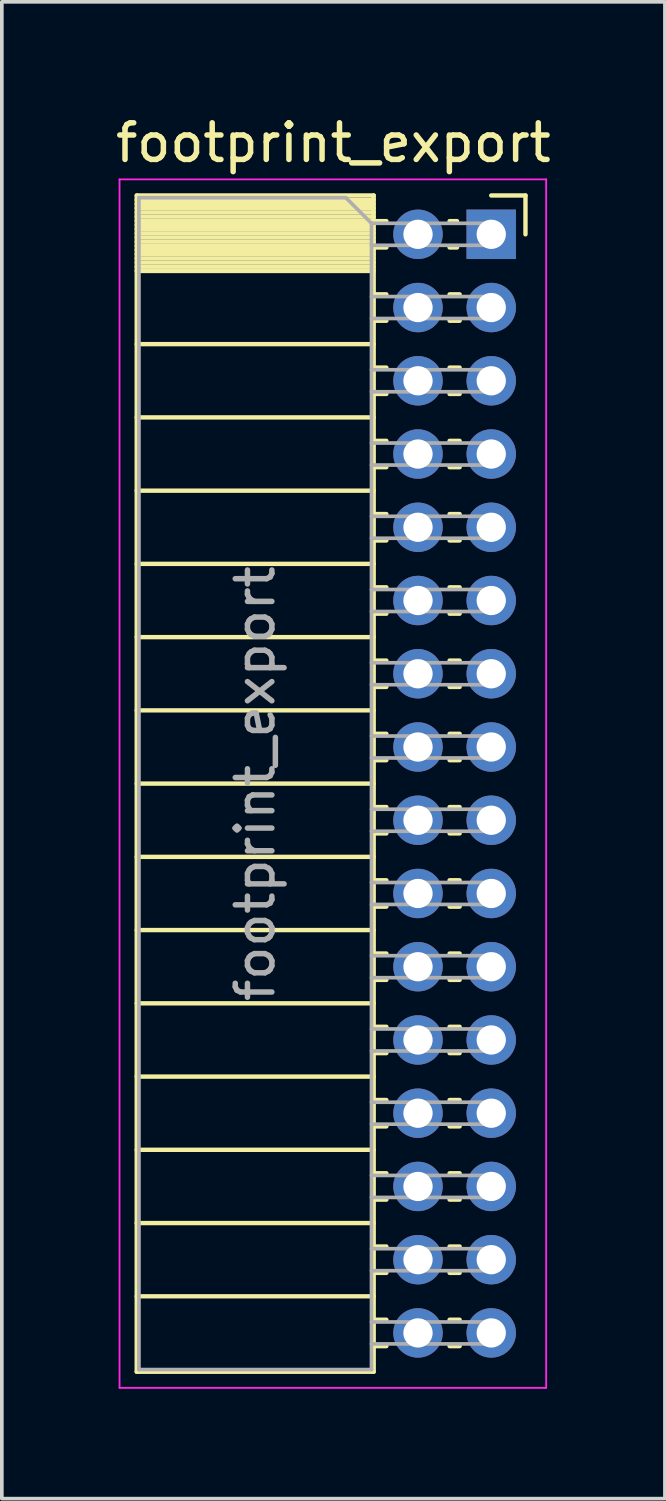
<source format=kicad_pcb>
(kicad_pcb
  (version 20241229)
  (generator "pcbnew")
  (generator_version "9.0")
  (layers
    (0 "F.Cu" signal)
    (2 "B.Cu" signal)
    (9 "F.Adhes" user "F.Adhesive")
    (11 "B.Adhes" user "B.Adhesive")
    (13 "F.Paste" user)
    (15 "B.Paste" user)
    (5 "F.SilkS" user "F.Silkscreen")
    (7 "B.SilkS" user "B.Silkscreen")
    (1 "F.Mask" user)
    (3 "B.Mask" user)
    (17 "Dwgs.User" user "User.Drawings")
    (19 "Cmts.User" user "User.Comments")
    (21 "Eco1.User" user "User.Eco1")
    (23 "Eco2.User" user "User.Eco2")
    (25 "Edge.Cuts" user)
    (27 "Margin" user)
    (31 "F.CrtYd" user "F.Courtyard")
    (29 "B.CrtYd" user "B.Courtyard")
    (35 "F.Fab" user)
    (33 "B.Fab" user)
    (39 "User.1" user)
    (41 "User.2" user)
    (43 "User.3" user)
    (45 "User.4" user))
  (footprint "footprint_export"
    (layer "F.Cu")
    (at 10.364 3.348)
    (property "Reference" "footprint_export" (at -4.31 -2.5 0) (layer "F.SilkS") (effects (font (size 1 1) (thickness 0.15))))
    (attr through_hole)
    (fp_line (start -9.68 -1.06) (end -9.68 31.06) (stroke (width 0.12) (type solid)) (layer "F.SilkS"))
    (fp_line (start -9.68 -1.06) (end -3.21 -1.06) (stroke (width 0.12) (type solid)) (layer "F.SilkS"))
    (fp_line (start -9.68 -0.94) (end -3.21 -0.94) (stroke (width 0.12) (type solid)) (layer "F.SilkS"))
    (fp_line (start -9.68 -0.826) (end -3.21 -0.826) (stroke (width 0.12) (type solid)) (layer "F.SilkS"))
    (fp_line (start -9.68 -0.712) (end -3.21 -0.712) (stroke (width 0.12) (type solid)) (layer "F.SilkS"))
    (fp_line (start -9.68 -0.598) (end -3.21 -0.598) (stroke (width 0.12) (type solid)) (layer "F.SilkS"))
    (fp_line (start -9.68 -0.484) (end -3.21 -0.484) (stroke (width 0.12) (type solid)) (layer "F.SilkS"))
    (fp_line (start -9.68 -0.369) (end -3.21 -0.369) (stroke (width 0.12) (type solid)) (layer "F.SilkS"))
    (fp_line (start -9.68 -0.255) (end -3.21 -0.255) (stroke (width 0.12) (type solid)) (layer "F.SilkS"))
    (fp_line (start -9.68 -0.141) (end -3.21 -0.141) (stroke (width 0.12) (type solid)) (layer "F.SilkS"))
    (fp_line (start -9.68 -0.027) (end -3.21 -0.027) (stroke (width 0.12) (type solid)) (layer "F.SilkS"))
    (fp_line (start -9.68 0.087) (end -3.21 0.087) (stroke (width 0.12) (type solid)) (layer "F.SilkS"))
    (fp_line (start -9.68 0.201) (end -3.21 0.201) (stroke (width 0.12) (type solid)) (layer "F.SilkS"))
    (fp_line (start -9.68 0.315) (end -3.21 0.315) (stroke (width 0.12) (type solid)) (layer "F.SilkS"))
    (fp_line (start -9.68 0.429) (end -3.21 0.429) (stroke (width 0.12) (type solid)) (layer "F.SilkS"))
    (fp_line (start -9.68 0.544) (end -3.21 0.544) (stroke (width 0.12) (type solid)) (layer "F.SilkS"))
    (fp_line (start -9.68 0.658) (end -3.21 0.658) (stroke (width 0.12) (type solid)) (layer "F.SilkS"))
    (fp_line (start -9.68 0.772) (end -3.21 0.772) (stroke (width 0.12) (type solid)) (layer "F.SilkS"))
    (fp_line (start -9.68 0.886) (end -3.21 0.886) (stroke (width 0.12) (type solid)) (layer "F.SilkS"))
    (fp_line (start -9.68 1) (end -3.21 1) (stroke (width 0.12) (type solid)) (layer "F.SilkS"))
    (fp_line (start -9.68 3) (end -3.21 3) (stroke (width 0.12) (type solid)) (layer "F.SilkS"))
    (fp_line (start -9.68 5) (end -3.21 5) (stroke (width 0.12) (type solid)) (layer "F.SilkS"))
    (fp_line (start -9.68 7) (end -3.21 7) (stroke (width 0.12) (type solid)) (layer "F.SilkS"))
    (fp_line (start -9.68 9) (end -3.21 9) (stroke (width 0.12) (type solid)) (layer "F.SilkS"))
    (fp_line (start -9.68 11) (end -3.21 11) (stroke (width 0.12) (type solid)) (layer "F.SilkS"))
    (fp_line (start -9.68 13) (end -3.21 13) (stroke (width 0.12) (type solid)) (layer "F.SilkS"))
    (fp_line (start -9.68 15) (end -3.21 15) (stroke (width 0.12) (type solid)) (layer "F.SilkS"))
    (fp_line (start -9.68 17) (end -3.21 17) (stroke (width 0.12) (type solid)) (layer "F.SilkS"))
    (fp_line (start -9.68 19) (end -3.21 19) (stroke (width 0.12) (type solid)) (layer "F.SilkS"))
    (fp_line (start -9.68 21) (end -3.21 21) (stroke (width 0.12) (type solid)) (layer "F.SilkS"))
    (fp_line (start -9.68 23) (end -3.21 23) (stroke (width 0.12) (type solid)) (layer "F.SilkS"))
    (fp_line (start -9.68 25) (end -3.21 25) (stroke (width 0.12) (type solid)) (layer "F.SilkS"))
    (fp_line (start -9.68 27) (end -3.21 27) (stroke (width 0.12) (type solid)) (layer "F.SilkS"))
    (fp_line (start -9.68 29) (end -3.21 29) (stroke (width 0.12) (type solid)) (layer "F.SilkS"))
    (fp_line (start -9.68 31.06) (end -3.21 31.06) (stroke (width 0.12) (type solid)) (layer "F.SilkS"))
    (fp_line (start -3.21 -1.06) (end -3.21 31.06) (stroke (width 0.12) (type solid)) (layer "F.SilkS"))
    (fp_line (start -3.21 -0.36) (end -2.863 -0.36) (stroke (width 0.12) (type solid)) (layer "F.SilkS"))
    (fp_line (start -3.21 0.36) (end -2.863 0.36) (stroke (width 0.12) (type solid)) (layer "F.SilkS"))
    (fp_line (start -3.21 1.64) (end -2.863 1.64) (stroke (width 0.12) (type solid)) (layer "F.SilkS"))
    (fp_line (start -3.21 2.36) (end -2.863 2.36) (stroke (width 0.12) (type solid)) (layer "F.SilkS"))
    (fp_line (start -3.21 3.64) (end -2.863 3.64) (stroke (width 0.12) (type solid)) (layer "F.SilkS"))
    (fp_line (start -3.21 4.36) (end -2.863 4.36) (stroke (width 0.12) (type solid)) (layer "F.SilkS"))
    (fp_line (start -3.21 5.64) (end -2.863 5.64) (stroke (width 0.12) (type solid)) (layer "F.SilkS"))
    (fp_line (start -3.21 6.36) (end -2.863 6.36) (stroke (width 0.12) (type solid)) (layer "F.SilkS"))
    (fp_line (start -3.21 7.64) (end -2.863 7.64) (stroke (width 0.12) (type solid)) (layer "F.SilkS"))
    (fp_line (start -3.21 8.36) (end -2.863 8.36) (stroke (width 0.12) (type solid)) (layer "F.SilkS"))
    (fp_line (start -3.21 9.64) (end -2.863 9.64) (stroke (width 0.12) (type solid)) (layer "F.SilkS"))
    (fp_line (start -3.21 10.36) (end -2.863 10.36) (stroke (width 0.12) (type solid)) (layer "F.SilkS"))
    (fp_line (start -3.21 11.64) (end -2.863 11.64) (stroke (width 0.12) (type solid)) (layer "F.SilkS"))
    (fp_line (start -3.21 12.36) (end -2.863 12.36) (stroke (width 0.12) (type solid)) (layer "F.SilkS"))
    (fp_line (start -3.21 13.64) (end -2.863 13.64) (stroke (width 0.12) (type solid)) (layer "F.SilkS"))
    (fp_line (start -3.21 14.36) (end -2.863 14.36) (stroke (width 0.12) (type solid)) (layer "F.SilkS"))
    (fp_line (start -3.21 15.64) (end -2.863 15.64) (stroke (width 0.12) (type solid)) (layer "F.SilkS"))
    (fp_line (start -3.21 16.36) (end -2.863 16.36) (stroke (width 0.12) (type solid)) (layer "F.SilkS"))
    (fp_line (start -3.21 17.64) (end -2.863 17.64) (stroke (width 0.12) (type solid)) (layer "F.SilkS"))
    (fp_line (start -3.21 18.36) (end -2.863 18.36) (stroke (width 0.12) (type solid)) (layer "F.SilkS"))
    (fp_line (start -3.21 19.64) (end -2.863 19.64) (stroke (width 0.12) (type solid)) (layer "F.SilkS"))
    (fp_line (start -3.21 20.36) (end -2.863 20.36) (stroke (width 0.12) (type solid)) (layer "F.SilkS"))
    (fp_line (start -3.21 21.64) (end -2.863 21.64) (stroke (width 0.12) (type solid)) (layer "F.SilkS"))
    (fp_line (start -3.21 22.36) (end -2.863 22.36) (stroke (width 0.12) (type solid)) (layer "F.SilkS"))
    (fp_line (start -3.21 23.64) (end -2.863 23.64) (stroke (width 0.12) (type solid)) (layer "F.SilkS"))
    (fp_line (start -3.21 24.36) (end -2.863 24.36) (stroke (width 0.12) (type solid)) (layer "F.SilkS"))
    (fp_line (start -3.21 25.64) (end -2.863 25.64) (stroke (width 0.12) (type solid)) (layer "F.SilkS"))
    (fp_line (start -3.21 26.36) (end -2.863 26.36) (stroke (width 0.12) (type solid)) (layer "F.SilkS"))
    (fp_line (start -3.21 27.64) (end -2.863 27.64) (stroke (width 0.12) (type solid)) (layer "F.SilkS"))
    (fp_line (start -3.21 28.36) (end -2.863 28.36) (stroke (width 0.12) (type solid)) (layer "F.SilkS"))
    (fp_line (start -3.21 29.64) (end -2.863 29.64) (stroke (width 0.12) (type solid)) (layer "F.SilkS"))
    (fp_line (start -3.21 30.36) (end -2.863 30.36) (stroke (width 0.12) (type solid)) (layer "F.SilkS"))
    (fp_line (start -1.137 -0.36) (end -0.935 -0.36) (stroke (width 0.12) (type solid)) (layer "F.SilkS"))
    (fp_line (start -1.137 0.36) (end -0.935 0.36) (stroke (width 0.12) (type solid)) (layer "F.SilkS"))
    (fp_line (start -1.137 1.64) (end -0.863 1.64) (stroke (width 0.12) (type solid)) (layer "F.SilkS"))
    (fp_line (start -1.137 2.36) (end -0.863 2.36) (stroke (width 0.12) (type solid)) (layer "F.SilkS"))
    (fp_line (start -1.137 3.64) (end -0.863 3.64) (stroke (width 0.12) (type solid)) (layer "F.SilkS"))
    (fp_line (start -1.137 4.36) (end -0.863 4.36) (stroke (width 0.12) (type solid)) (layer "F.SilkS"))
    (fp_line (start -1.137 5.64) (end -0.863 5.64) (stroke (width 0.12) (type solid)) (layer "F.SilkS"))
    (fp_line (start -1.137 6.36) (end -0.863 6.36) (stroke (width 0.12) (type solid)) (layer "F.SilkS"))
    (fp_line (start -1.137 7.64) (end -0.863 7.64) (stroke (width 0.12) (type solid)) (layer "F.SilkS"))
    (fp_line (start -1.137 8.36) (end -0.863 8.36) (stroke (width 0.12) (type solid)) (layer "F.SilkS"))
    (fp_line (start -1.137 9.64) (end -0.863 9.64) (stroke (width 0.12) (type solid)) (layer "F.SilkS"))
    (fp_line (start -1.137 10.36) (end -0.863 10.36) (stroke (width 0.12) (type solid)) (layer "F.SilkS"))
    (fp_line (start -1.137 11.64) (end -0.863 11.64) (stroke (width 0.12) (type solid)) (layer "F.SilkS"))
    (fp_line (start -1.137 12.36) (end -0.863 12.36) (stroke (width 0.12) (type solid)) (layer "F.SilkS"))
    (fp_line (start -1.137 13.64) (end -0.863 13.64) (stroke (width 0.12) (type solid)) (layer "F.SilkS"))
    (fp_line (start -1.137 14.36) (end -0.863 14.36) (stroke (width 0.12) (type solid)) (layer "F.SilkS"))
    (fp_line (start -1.137 15.64) (end -0.863 15.64) (stroke (width 0.12) (type solid)) (layer "F.SilkS"))
    (fp_line (start -1.137 16.36) (end -0.863 16.36) (stroke (width 0.12) (type solid)) (layer "F.SilkS"))
    (fp_line (start -1.137 17.64) (end -0.863 17.64) (stroke (width 0.12) (type solid)) (layer "F.SilkS"))
    (fp_line (start -1.137 18.36) (end -0.863 18.36) (stroke (width 0.12) (type solid)) (layer "F.SilkS"))
    (fp_line (start -1.137 19.64) (end -0.863 19.64) (stroke (width 0.12) (type solid)) (layer "F.SilkS"))
    (fp_line (start -1.137 20.36) (end -0.863 20.36) (stroke (width 0.12) (type solid)) (layer "F.SilkS"))
    (fp_line (start -1.137 21.64) (end -0.863 21.64) (stroke (width 0.12) (type solid)) (layer "F.SilkS"))
    (fp_line (start -1.137 22.36) (end -0.863 22.36) (stroke (width 0.12) (type solid)) (layer "F.SilkS"))
    (fp_line (start -1.137 23.64) (end -0.863 23.64) (stroke (width 0.12) (type solid)) (layer "F.SilkS"))
    (fp_line (start -1.137 24.36) (end -0.863 24.36) (stroke (width 0.12) (type solid)) (layer "F.SilkS"))
    (fp_line (start -1.137 25.64) (end -0.863 25.64) (stroke (width 0.12) (type solid)) (layer "F.SilkS"))
    (fp_line (start -1.137 26.36) (end -0.863 26.36) (stroke (width 0.12) (type solid)) (layer "F.SilkS"))
    (fp_line (start -1.137 27.64) (end -0.863 27.64) (stroke (width 0.12) (type solid)) (layer "F.SilkS"))
    (fp_line (start -1.137 28.36) (end -0.863 28.36) (stroke (width 0.12) (type solid)) (layer "F.SilkS"))
    (fp_line (start -1.137 29.64) (end -0.863 29.64) (stroke (width 0.12) (type solid)) (layer "F.SilkS"))
    (fp_line (start -1.137 30.36) (end -0.863 30.36) (stroke (width 0.12) (type solid)) (layer "F.SilkS"))
    (fp_line (start 0 -1.06) (end 0.935 -1.06) (stroke (width 0.12) (type solid)) (layer "F.SilkS"))
    (fp_line (start 0.935 -1.06) (end 0.935 0) (stroke (width 0.12) (type solid)) (layer "F.SilkS"))
    (fp_line (start -10.15 -1.5) (end -10.15 31.5) (stroke (width 0.05) (type solid)) (layer "F.CrtYd"))
    (fp_line (start -10.15 31.5) (end 1.5 31.5) (stroke (width 0.05) (type solid)) (layer "F.CrtYd"))
    (fp_line (start 1.5 -1.5) (end -10.15 -1.5) (stroke (width 0.05) (type solid)) (layer "F.CrtYd"))
    (fp_line (start 1.5 31.5) (end 1.5 -1.5) (stroke (width 0.05) (type solid)) (layer "F.CrtYd"))
    (fp_line (start -9.62 -1) (end -3.97 -1) (stroke (width 0.1) (type solid)) (layer "F.Fab"))
    (fp_line (start -9.62 31) (end -9.62 -1) (stroke (width 0.1) (type solid)) (layer "F.Fab"))
    (fp_line (start -3.97 -1) (end -3.27 -0.3) (stroke (width 0.1) (type solid)) (layer "F.Fab"))
    (fp_line (start -3.27 -0.3) (end -3.27 31) (stroke (width 0.1) (type solid)) (layer "F.Fab"))
    (fp_line (start -3.27 0.3) (end 0 0.3) (stroke (width 0.1) (type solid)) (layer "F.Fab"))
    (fp_line (start -3.27 2.3) (end 0 2.3) (stroke (width 0.1) (type solid)) (layer "F.Fab"))
    (fp_line (start -3.27 4.3) (end 0 4.3) (stroke (width 0.1) (type solid)) (layer "F.Fab"))
    (fp_line (start -3.27 6.3) (end 0 6.3) (stroke (width 0.1) (type solid)) (layer "F.Fab"))
    (fp_line (start -3.27 8.3) (end 0 8.3) (stroke (width 0.1) (type solid)) (layer "F.Fab"))
    (fp_line (start -3.27 10.3) (end 0 10.3) (stroke (width 0.1) (type solid)) (layer "F.Fab"))
    (fp_line (start -3.27 12.3) (end 0 12.3) (stroke (width 0.1) (type solid)) (layer "F.Fab"))
    (fp_line (start -3.27 14.3) (end 0 14.3) (stroke (width 0.1) (type solid)) (layer "F.Fab"))
    (fp_line (start -3.27 16.3) (end 0 16.3) (stroke (width 0.1) (type solid)) (layer "F.Fab"))
    (fp_line (start -3.27 18.3) (end 0 18.3) (stroke (width 0.1) (type solid)) (layer "F.Fab"))
    (fp_line (start -3.27 20.3) (end 0 20.3) (stroke (width 0.1) (type solid)) (layer "F.Fab"))
    (fp_line (start -3.27 22.3) (end 0 22.3) (stroke (width 0.1) (type solid)) (layer "F.Fab"))
    (fp_line (start -3.27 24.3) (end 0 24.3) (stroke (width 0.1) (type solid)) (layer "F.Fab"))
    (fp_line (start -3.27 26.3) (end 0 26.3) (stroke (width 0.1) (type solid)) (layer "F.Fab"))
    (fp_line (start -3.27 28.3) (end 0 28.3) (stroke (width 0.1) (type solid)) (layer "F.Fab"))
    (fp_line (start -3.27 30.3) (end 0 30.3) (stroke (width 0.1) (type solid)) (layer "F.Fab"))
    (fp_line (start -3.27 31) (end -9.62 31) (stroke (width 0.1) (type solid)) (layer "F.Fab"))
    (fp_line (start 0 -0.3) (end -3.27 -0.3) (stroke (width 0.1) (type solid)) (layer "F.Fab"))
    (fp_line (start 0 0.3) (end 0 -0.3) (stroke (width 0.1) (type solid)) (layer "F.Fab"))
    (fp_line (start 0 1.7) (end -3.27 1.7) (stroke (width 0.1) (type solid)) (layer "F.Fab"))
    (fp_line (start 0 2.3) (end 0 1.7) (stroke (width 0.1) (type solid)) (layer "F.Fab"))
    (fp_line (start 0 3.7) (end -3.27 3.7) (stroke (width 0.1) (type solid)) (layer "F.Fab"))
    (fp_line (start 0 4.3) (end 0 3.7) (stroke (width 0.1) (type solid)) (layer "F.Fab"))
    (fp_line (start 0 5.7) (end -3.27 5.7) (stroke (width 0.1) (type solid)) (layer "F.Fab"))
    (fp_line (start 0 6.3) (end 0 5.7) (stroke (width 0.1) (type solid)) (layer "F.Fab"))
    (fp_line (start 0 7.7) (end -3.27 7.7) (stroke (width 0.1) (type solid)) (layer "F.Fab"))
    (fp_line (start 0 8.3) (end 0 7.7) (stroke (width 0.1) (type solid)) (layer "F.Fab"))
    (fp_line (start 0 9.7) (end -3.27 9.7) (stroke (width 0.1) (type solid)) (layer "F.Fab"))
    (fp_line (start 0 10.3) (end 0 9.7) (stroke (width 0.1) (type solid)) (layer "F.Fab"))
    (fp_line (start 0 11.7) (end -3.27 11.7) (stroke (width 0.1) (type solid)) (layer "F.Fab"))
    (fp_line (start 0 12.3) (end 0 11.7) (stroke (width 0.1) (type solid)) (layer "F.Fab"))
    (fp_line (start 0 13.7) (end -3.27 13.7) (stroke (width 0.1) (type solid)) (layer "F.Fab"))
    (fp_line (start 0 14.3) (end 0 13.7) (stroke (width 0.1) (type solid)) (layer "F.Fab"))
    (fp_line (start 0 15.7) (end -3.27 15.7) (stroke (width 0.1) (type solid)) (layer "F.Fab"))
    (fp_line (start 0 16.3) (end 0 15.7) (stroke (width 0.1) (type solid)) (layer "F.Fab"))
    (fp_line (start 0 17.7) (end -3.27 17.7) (stroke (width 0.1) (type solid)) (layer "F.Fab"))
    (fp_line (start 0 18.3) (end 0 17.7) (stroke (width 0.1) (type solid)) (layer "F.Fab"))
    (fp_line (start 0 19.7) (end -3.27 19.7) (stroke (width 0.1) (type solid)) (layer "F.Fab"))
    (fp_line (start 0 20.3) (end 0 19.7) (stroke (width 0.1) (type solid)) (layer "F.Fab"))
    (fp_line (start 0 21.7) (end -3.27 21.7) (stroke (width 0.1) (type solid)) (layer "F.Fab"))
    (fp_line (start 0 22.3) (end 0 21.7) (stroke (width 0.1) (type solid)) (layer "F.Fab"))
    (fp_line (start 0 23.7) (end -3.27 23.7) (stroke (width 0.1) (type solid)) (layer "F.Fab"))
    (fp_line (start 0 24.3) (end 0 23.7) (stroke (width 0.1) (type solid)) (layer "F.Fab"))
    (fp_line (start 0 25.7) (end -3.27 25.7) (stroke (width 0.1) (type solid)) (layer "F.Fab"))
    (fp_line (start 0 26.3) (end 0 25.7) (stroke (width 0.1) (type solid)) (layer "F.Fab"))
    (fp_line (start 0 27.7) (end -3.27 27.7) (stroke (width 0.1) (type solid)) (layer "F.Fab"))
    (fp_line (start 0 28.3) (end 0 27.7) (stroke (width 0.1) (type solid)) (layer "F.Fab"))
    (fp_line (start 0 29.7) (end -3.27 29.7) (stroke (width 0.1) (type solid)) (layer "F.Fab"))
    (fp_line (start 0 30.3) (end 0 29.7) (stroke (width 0.1) (type solid)) (layer "F.Fab"))
    (fp_text user "${REFERENCE}" (at -6.445 15 90) (layer "F.Fab") (effects (font (size 1 1) (thickness 0.15))))
    (pad "1" thru_hole rect (at 0 0) (size 1.35 1.35) (drill 0.8) (layers "*.Cu" "*.Mask"))
    (pad "2" thru_hole oval (at -2 0) (size 1.35 1.35) (drill 0.8) (layers "*.Cu" "*.Mask"))
    (pad "3" thru_hole oval (at 0 2) (size 1.35 1.35) (drill 0.8) (layers "*.Cu" "*.Mask"))
    (pad "4" thru_hole oval (at -2 2) (size 1.35 1.35) (drill 0.8) (layers "*.Cu" "*.Mask"))
    (pad "5" thru_hole oval (at 0 4) (size 1.35 1.35) (drill 0.8) (layers "*.Cu" "*.Mask"))
    (pad "6" thru_hole oval (at -2 4) (size 1.35 1.35) (drill 0.8) (layers "*.Cu" "*.Mask"))
    (pad "7" thru_hole oval (at 0 6) (size 1.35 1.35) (drill 0.8) (layers "*.Cu" "*.Mask"))
    (pad "8" thru_hole oval (at -2 6) (size 1.35 1.35) (drill 0.8) (layers "*.Cu" "*.Mask"))
    (pad "9" thru_hole oval (at 0 8) (size 1.35 1.35) (drill 0.8) (layers "*.Cu" "*.Mask"))
    (pad "10" thru_hole oval (at -2 8) (size 1.35 1.35) (drill 0.8) (layers "*.Cu" "*.Mask"))
    (pad "11" thru_hole oval (at 0 10) (size 1.35 1.35) (drill 0.8) (layers "*.Cu" "*.Mask"))
    (pad "12" thru_hole oval (at -2 10) (size 1.35 1.35) (drill 0.8) (layers "*.Cu" "*.Mask"))
    (pad "13" thru_hole oval (at 0 12) (size 1.35 1.35) (drill 0.8) (layers "*.Cu" "*.Mask"))
    (pad "14" thru_hole oval (at -2 12) (size 1.35 1.35) (drill 0.8) (layers "*.Cu" "*.Mask"))
    (pad "15" thru_hole oval (at 0 14) (size 1.35 1.35) (drill 0.8) (layers "*.Cu" "*.Mask"))
    (pad "16" thru_hole oval (at -2 14) (size 1.35 1.35) (drill 0.8) (layers "*.Cu" "*.Mask"))
    (pad "17" thru_hole oval (at 0 16) (size 1.35 1.35) (drill 0.8) (layers "*.Cu" "*.Mask"))
    (pad "18" thru_hole oval (at -2 16) (size 1.35 1.35) (drill 0.8) (layers "*.Cu" "*.Mask"))
    (pad "19" thru_hole oval (at 0 18) (size 1.35 1.35) (drill 0.8) (layers "*.Cu" "*.Mask"))
    (pad "20" thru_hole oval (at -2 18) (size 1.35 1.35) (drill 0.8) (layers "*.Cu" "*.Mask"))
    (pad "21" thru_hole oval (at 0 20) (size 1.35 1.35) (drill 0.8) (layers "*.Cu" "*.Mask"))
    (pad "22" thru_hole oval (at -2 20) (size 1.35 1.35) (drill 0.8) (layers "*.Cu" "*.Mask"))
    (pad "23" thru_hole oval (at 0 22) (size 1.35 1.35) (drill 0.8) (layers "*.Cu" "*.Mask"))
    (pad "24" thru_hole oval (at -2 22) (size 1.35 1.35) (drill 0.8) (layers "*.Cu" "*.Mask"))
    (pad "25" thru_hole oval (at 0 24) (size 1.35 1.35) (drill 0.8) (layers "*.Cu" "*.Mask"))
    (pad "26" thru_hole oval (at -2 24) (size 1.35 1.35) (drill 0.8) (layers "*.Cu" "*.Mask"))
    (pad "27" thru_hole oval (at 0 26) (size 1.35 1.35) (drill 0.8) (layers "*.Cu" "*.Mask"))
    (pad "28" thru_hole oval (at -2 26) (size 1.35 1.35) (drill 0.8) (layers "*.Cu" "*.Mask"))
    (pad "29" thru_hole oval (at 0 28) (size 1.35 1.35) (drill 0.8) (layers "*.Cu" "*.Mask"))
    (pad "30" thru_hole oval (at -2 28) (size 1.35 1.35) (drill 0.8) (layers "*.Cu" "*.Mask"))
    (pad "31" thru_hole oval (at 0 30) (size 1.35 1.35) (drill 0.8) (layers "*.Cu" "*.Mask"))
    (pad "32" thru_hole oval (at -2 30) (size 1.35 1.35) (drill 0.8) (layers "*.Cu" "*.Mask")))
  (gr_rect
    (start -3 -3)
    (end 15.107 37.873)
    (stroke (width 0.1) (type default))
    (fill no)
    (layer "Edge.Cuts")))
</source>
